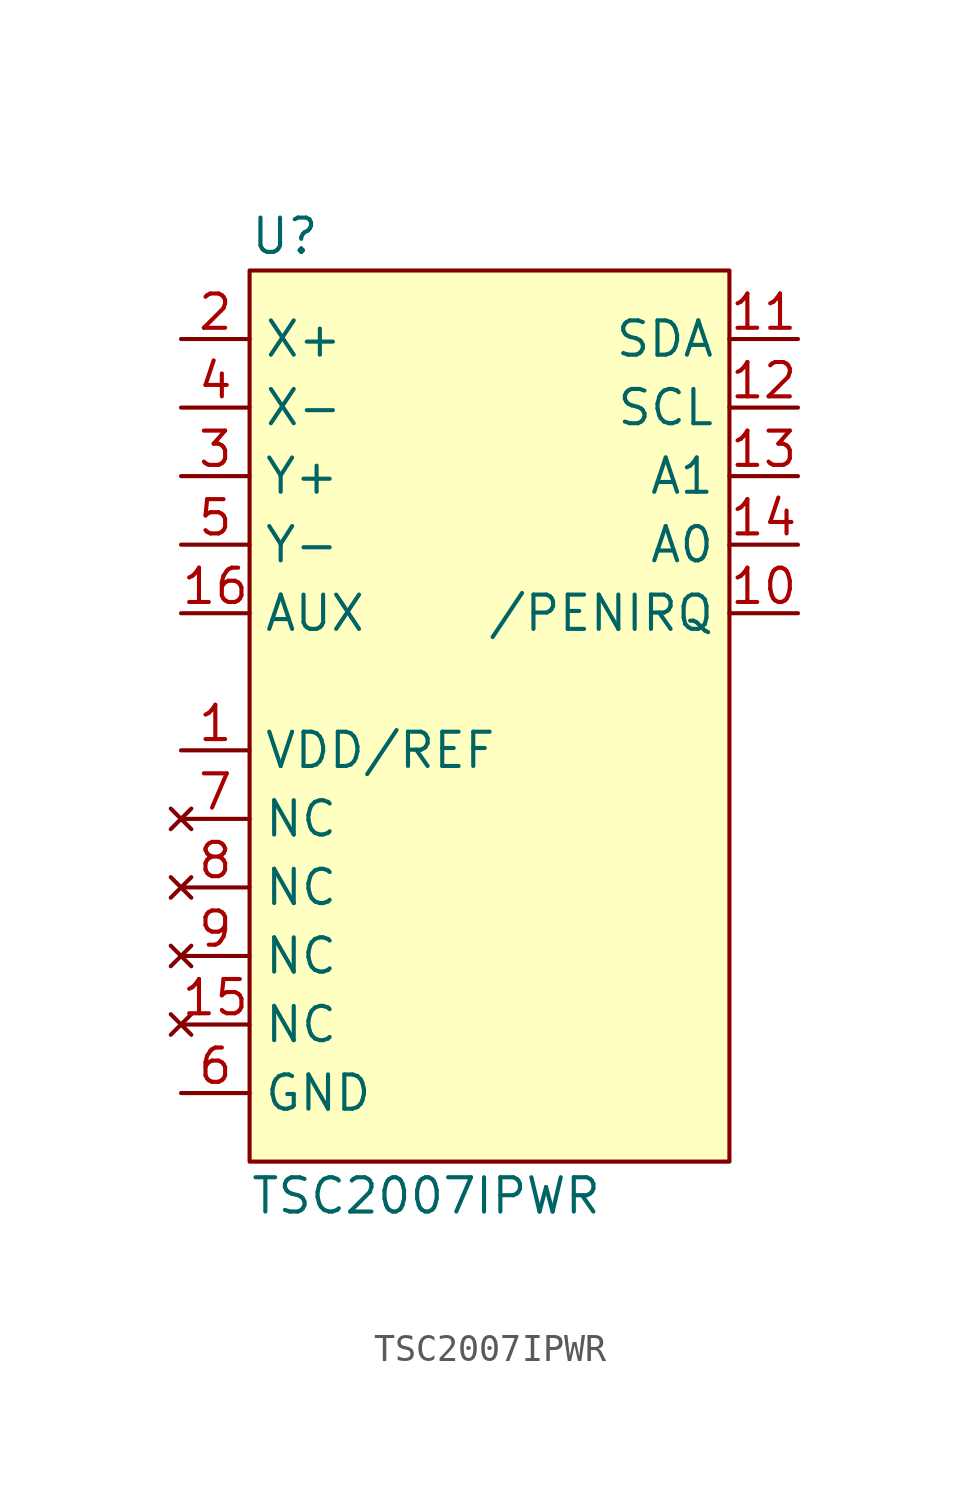
<source format=kicad_sym>
(kicad_symbol_lib
  (version 20211014)
  (generator kicad_symbol_editor)
  (symbol "TSC2007IPWR"
    (property "Reference" "U"
      (at 0 1.27 0)
      (effects (font (size 1.27 1.27)) (justify left)))
    (property "Value" "TSC2007IPWR"
      (at 0 -34.29 0)
      (effects (font (size 1.27 1.27)) (justify left)))
    (symbol "TSC2007IPWR_0_1"
      (rectangle (start 0 0) (end 17.78 -33.02) (stroke (width 0) (type default) (color 0 0 0 0)) (fill (type background))))
    (symbol "TSC2007IPWR_1_1"
      (pin power_in line (at -2.54 -17.78 0) (length 2.54) (name "VDD/REF" (effects (font (size 1.27 1.27)))) (number "1" (effects (font (size 1.27 1.27)))))
      (pin output line (at 20.32 -12.7 180) (length 2.54) (name "/PENIRQ" (effects (font (size 1.27 1.27)))) (number "10" (effects (font (size 1.27 1.27)))))
      (pin bidirectional line (at 20.32 -2.54 180) (length 2.54) (name "SDA" (effects (font (size 1.27 1.27)))) (number "11" (effects (font (size 1.27 1.27)))))
      (pin input line (at 20.32 -5.08 180) (length 2.54) (name "SCL" (effects (font (size 1.27 1.27)))) (number "12" (effects (font (size 1.27 1.27)))))
      (pin input line (at 20.32 -7.62 180) (length 2.54) (name "A1" (effects (font (size 1.27 1.27)))) (number "13" (effects (font (size 1.27 1.27)))))
      (pin input line (at 20.32 -10.16 180) (length 2.54) (name "A0" (effects (font (size 1.27 1.27)))) (number "14" (effects (font (size 1.27 1.27)))))
      (pin no_connect line (at -2.54 -27.94 0) (length 2.54) (name "NC" (effects (font (size 1.27 1.27)))) (number "15" (effects (font (size 1.27 1.27)))))
      (pin bidirectional line (at -2.54 -12.7 0) (length 2.54) (name "AUX" (effects (font (size 1.27 1.27)))) (number "16" (effects (font (size 1.27 1.27)))))
      (pin input line (at -2.54 -2.54 0) (length 2.54) (name "X+" (effects (font (size 1.27 1.27)))) (number "2" (effects (font (size 1.27 1.27)))))
      (pin input line (at -2.54 -7.62 0) (length 2.54) (name "Y+" (effects (font (size 1.27 1.27)))) (number "3" (effects (font (size 1.27 1.27)))))
      (pin input line (at -2.54 -5.08 0) (length 2.54) (name "X-" (effects (font (size 1.27 1.27)))) (number "4" (effects (font (size 1.27 1.27)))))
      (pin input line (at -2.54 -10.16 0) (length 2.54) (name "Y-" (effects (font (size 1.27 1.27)))) (number "5" (effects (font (size 1.27 1.27)))))
      (pin power_in line (at -2.54 -30.48 0) (length 2.54) (name "GND" (effects (font (size 1.27 1.27)))) (number "6" (effects (font (size 1.27 1.27)))))
      (pin no_connect line (at -2.54 -20.32 0) (length 2.54) (name "NC" (effects (font (size 1.27 1.27)))) (number "7" (effects (font (size 1.27 1.27)))))
      (pin no_connect line (at -2.54 -22.86 0) (length 2.54) (name "NC" (effects (font (size 1.27 1.27)))) (number "8" (effects (font (size 1.27 1.27)))))
      (pin no_connect line (at -2.54 -25.4 0) (length 2.54) (name "NC" (effects (font (size 1.27 1.27)))) (number "9" (effects (font (size 1.27 1.27))))))))
</source>
